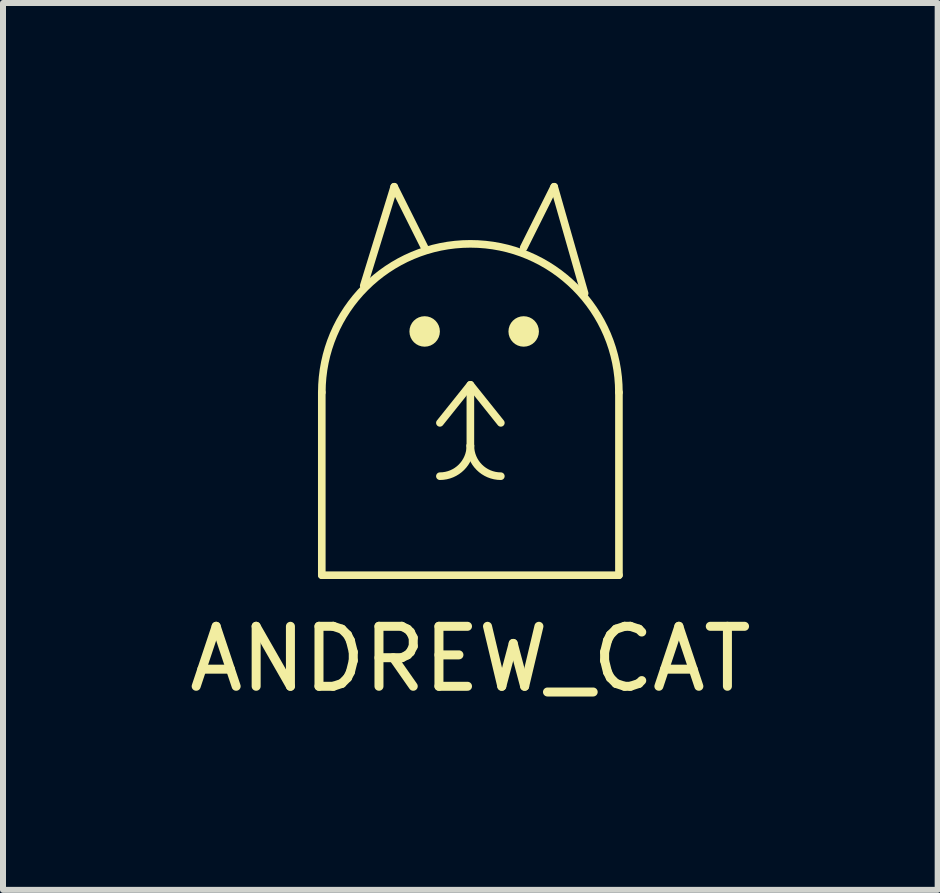
<source format=kicad_pcb>
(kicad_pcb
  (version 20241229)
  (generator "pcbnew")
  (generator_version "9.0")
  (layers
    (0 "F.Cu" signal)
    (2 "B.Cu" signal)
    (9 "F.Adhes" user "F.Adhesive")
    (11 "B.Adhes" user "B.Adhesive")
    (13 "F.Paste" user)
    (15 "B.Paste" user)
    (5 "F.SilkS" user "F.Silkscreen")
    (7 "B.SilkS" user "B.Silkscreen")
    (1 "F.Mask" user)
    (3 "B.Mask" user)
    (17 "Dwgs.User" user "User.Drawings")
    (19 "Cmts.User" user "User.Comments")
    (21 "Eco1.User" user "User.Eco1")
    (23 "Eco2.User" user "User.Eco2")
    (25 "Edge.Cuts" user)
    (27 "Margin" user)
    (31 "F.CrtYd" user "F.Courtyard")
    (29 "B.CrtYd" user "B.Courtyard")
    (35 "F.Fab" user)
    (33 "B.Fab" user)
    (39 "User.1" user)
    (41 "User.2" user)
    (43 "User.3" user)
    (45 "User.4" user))
  (footprint "ANDREW_CAT"
    (layer "F.Cu")
    (at 4.792 6.54)
    (property "Reference" "ANDREW_CAT" (at 0 1.397 0) (layer "F.SilkS") (effects (font (size 1 1) (thickness 0.15))))
    (attr through_hole)
    (fp_line (start -2.477 0) (end -2.477 -3.048) (stroke (width 0.127) (type solid)) (layer "F.SilkS"))
    (fp_line (start -1.778 -4.826) (end -1.27 -6.477) (stroke (width 0.127) (type solid)) (layer "F.SilkS"))
    (fp_line (start -1.27 -6.477) (end -0.762 -5.461) (stroke (width 0.127) (type solid)) (layer "F.SilkS"))
    (fp_line (start 0 -3.175) (end -0.508 -2.54) (stroke (width 0.127) (type solid)) (layer "F.SilkS"))
    (fp_line (start 0 -3.175) (end 0.508 -2.54) (stroke (width 0.127) (type solid)) (layer "F.SilkS"))
    (fp_line (start 0 -3.048) (end 0 -2.159) (stroke (width 0.127) (type solid)) (layer "F.SilkS"))
    (fp_line (start 1.397 -6.477) (end 0.889 -5.461) (stroke (width 0.127) (type solid)) (layer "F.SilkS"))
    (fp_line (start 1.905 -4.699) (end 1.397 -6.477) (stroke (width 0.127) (type solid)) (layer "F.SilkS"))
    (fp_line (start 2.477 0) (end -2.477 0) (stroke (width 0.127) (type solid)) (layer "F.SilkS"))
    (fp_line (start 2.477 0) (end 2.477 -3.048) (stroke (width 0.127) (type solid)) (layer "F.SilkS"))
    (fp_arc (start -2.4765 -3.048) (mid 0 -5.5245) (end 2.4765 -3.048) (stroke (width 0.127) (type solid)) (layer "F.SilkS"))
    (fp_arc (start 0 -2.159) (mid -0.14879 -1.79979) (end -0.508 -1.651) (stroke (width 0.127) (type solid)) (layer "F.SilkS"))
    (fp_arc (start 0.508 -1.651) (mid 0.14879 -1.79979) (end 0 -2.159) (stroke (width 0.127) (type solid)) (layer "F.SilkS"))
    (fp_circle (center -0.762 -4.064) (end -0.635 -4.064) (stroke (width 0.254) (type solid)) (fill no) (layer "F.SilkS"))
    (fp_circle (center 0.889 -4.064) (end 1.016 -4.064) (stroke (width 0.254) (type solid)) (fill no) (layer "F.SilkS")))
  (gr_rect
    (start -3 -3)
    (end 12.583 11.786)
    (stroke (width 0.1) (type default))
    (fill no)
    (layer "Edge.Cuts")))
</source>
